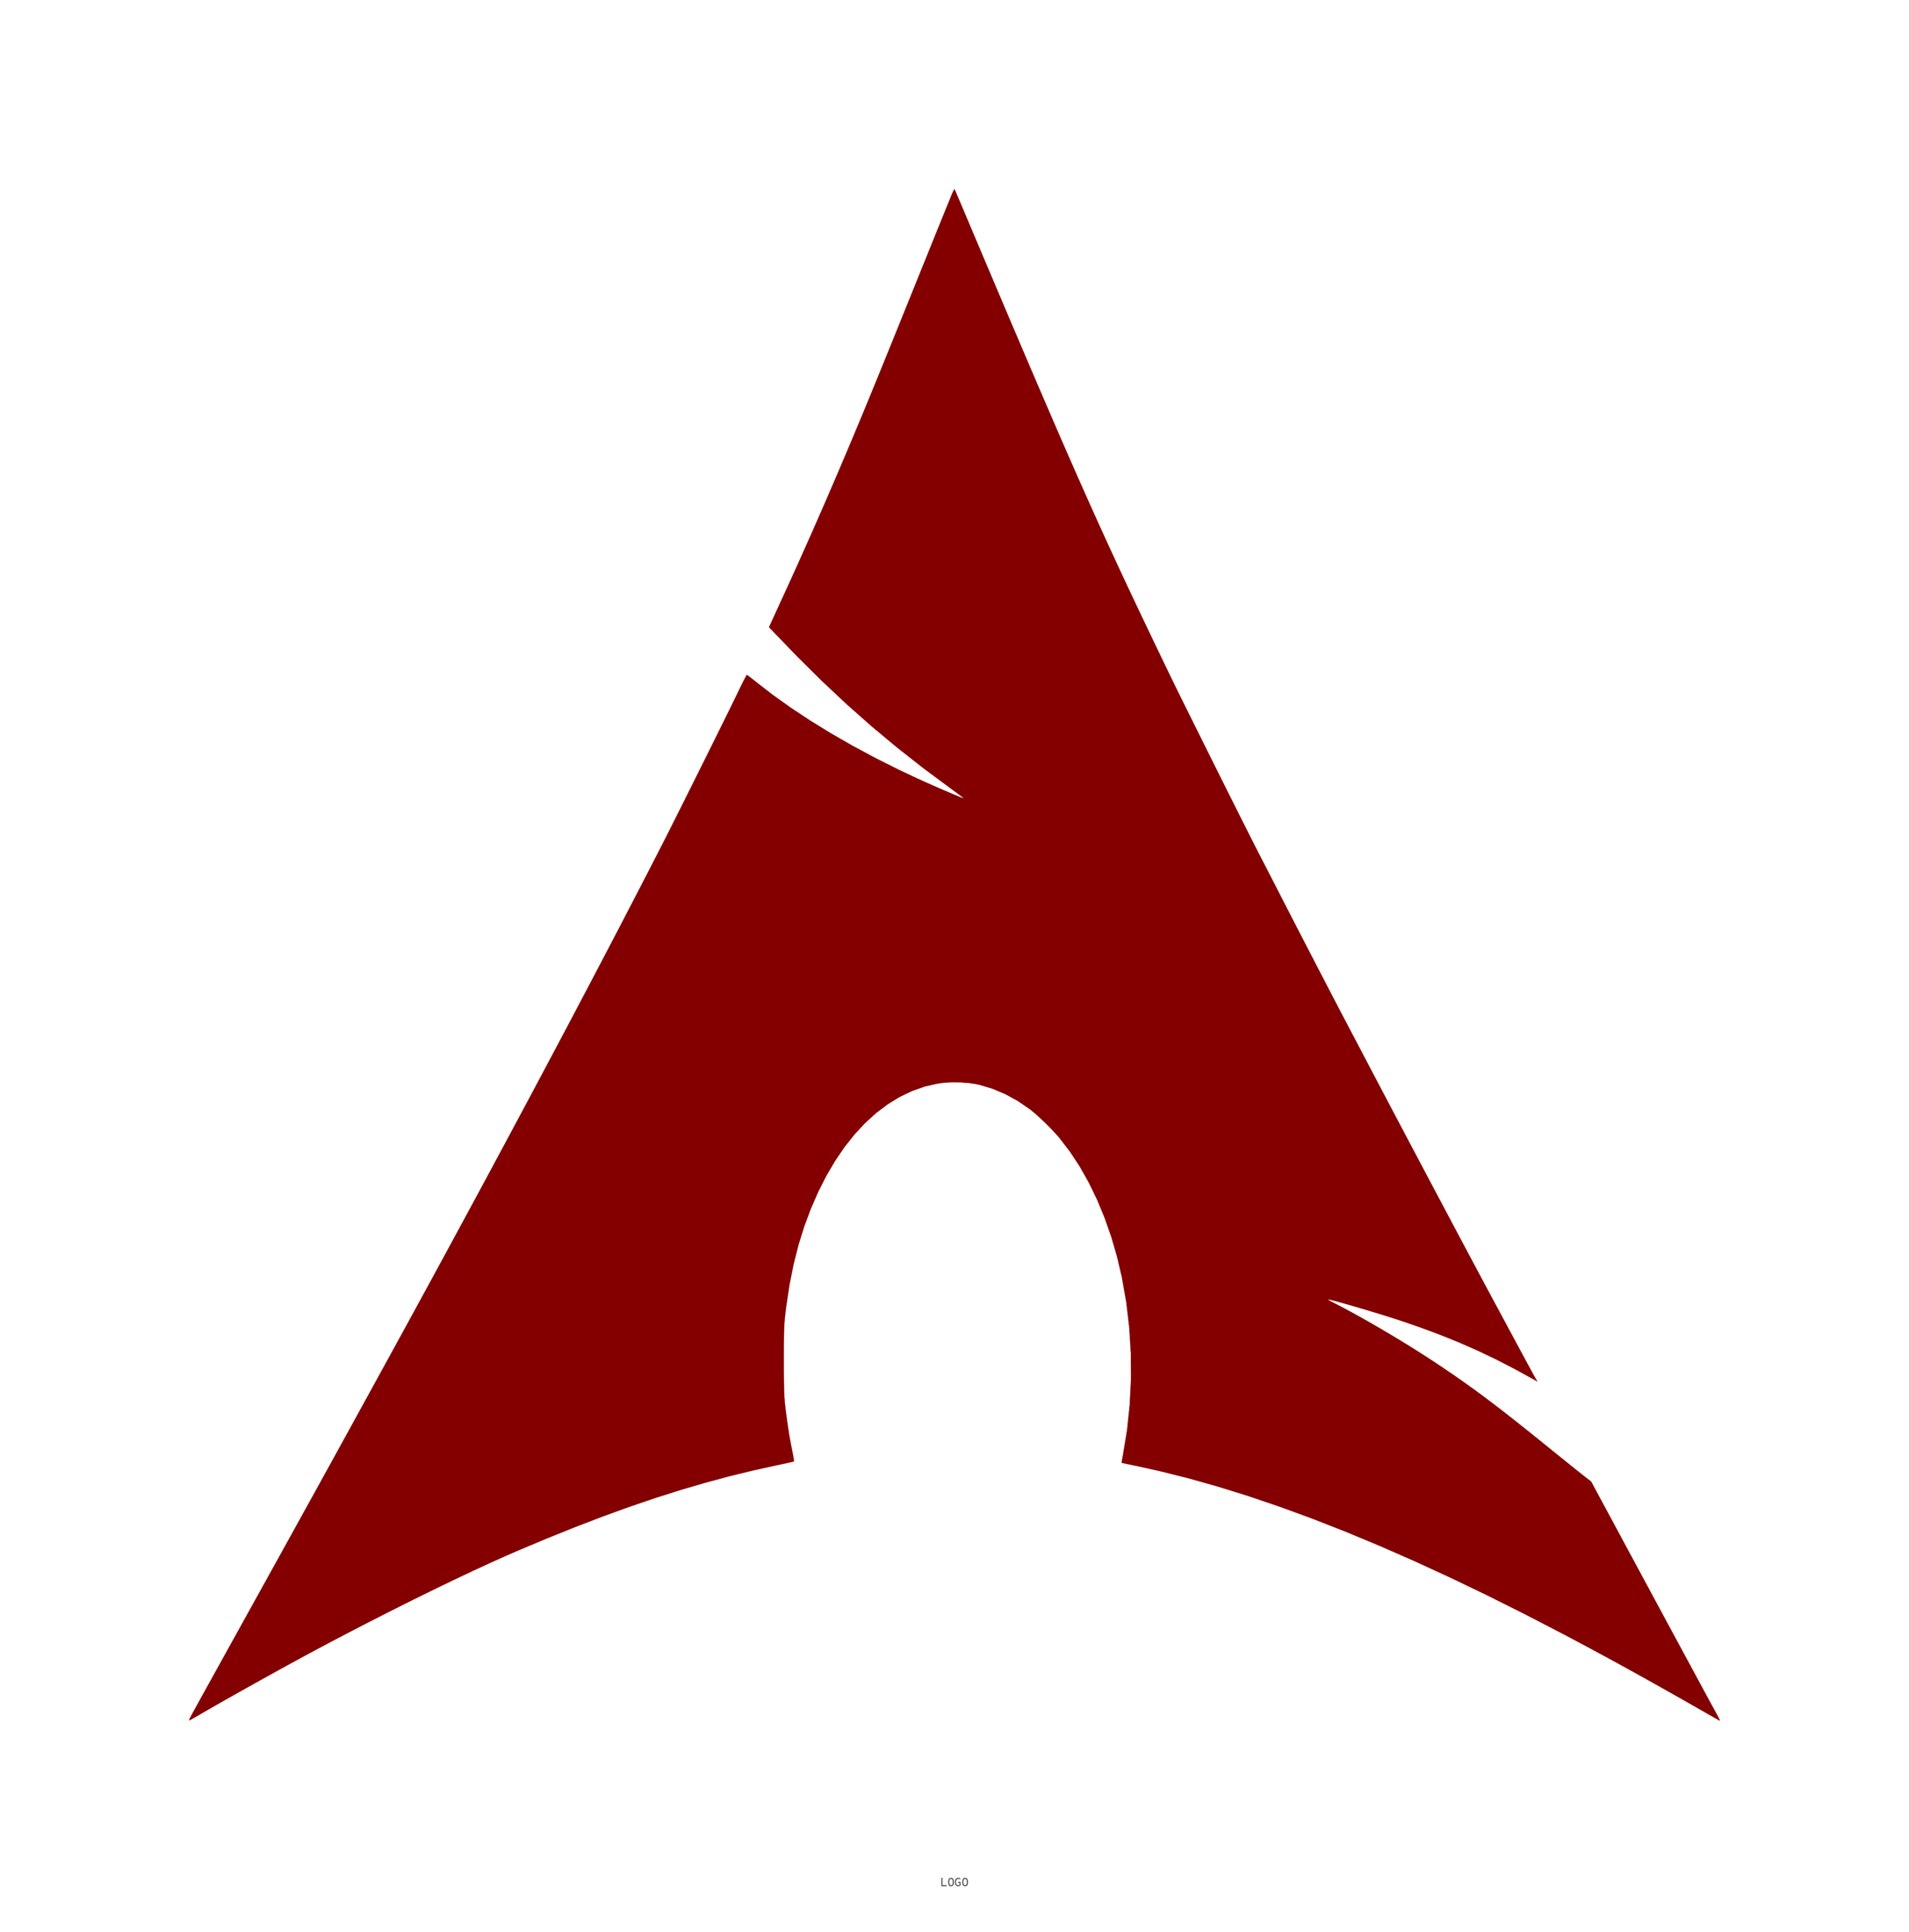
<source format=kicad_sym>
(kicad_symbol_lib
  (version 20220914)
  (generator "bitmap2component")
  (generator_version "9.0")
  (symbol "LOGO"
    (pin_names
      (offset 1.016))
    (property "Reference" "#G"
      (at 0 84.315 0)
      (effects (font (size 1.27 1.27)) hide))
    (symbol "LOGO_0_0"
      (polyline (pts (xy 84.827 -84.823) (xy 84.802 -84.751) (xy 84.735 -84.61) (xy 84.617 -84.385) (xy 84.441 -84.058) (xy 84.2 -83.615) (xy 83.885 -83.038) (xy 83.773 -82.833) (xy 83.49 -82.312) (xy 83.137 -81.659) (xy 82.719 -80.887) (xy 82.243 -80.008) (xy 81.716 -79.034) (xy 81.145 -77.977) (xy 80.535 -76.848) (xy 79.894 -75.661) (xy 79.227 -74.427) (xy 78.543 -73.159) (xy 77.846 -71.868) (xy 77.144 -70.567) (xy 76.443 -69.267) (xy 75.749 -67.982) (xy 75.07 -66.722) (xy 74.412 -65.5) (xy 73.781 -64.329) (xy 70.567 -58.362) (xy 69.879 -57.831) (xy 69.791 -57.762) (xy 69.519 -57.547) (xy 69.142 -57.247) (xy 68.677 -56.875) (xy 68.143 -56.446) (xy 67.558 -55.974) (xy 66.938 -55.474) (xy 66.303 -54.961) (xy 65.828 -54.576) (xy 64.52 -53.521) (xy 63.322 -52.561) (xy 62.221 -51.686) (xy 61.201 -50.884) (xy 60.249 -50.146) (xy 59.35 -49.46) (xy 58.49 -48.815) (xy 57.655 -48.202) (xy 56.83 -47.608) (xy 56.002 -47.024) (xy 55.154 -46.438) (xy 54.275 -45.84) (xy 53.349 -45.219) (xy 52.432 -44.617) (xy 51.151 -43.8) (xy 49.805 -42.964) (xy 48.422 -42.128) (xy 47.032 -41.308) (xy 45.662 -40.52) (xy 44.343 -39.783) (xy 43.102 -39.113) (xy 41.969 -38.527) (xy 41.874 -38.478) (xy 41.615 -38.338) (xy 41.442 -38.232) (xy 41.39 -38.18) (xy 41.391 -38.179) (xy 41.494 -38.186) (xy 41.742 -38.239) (xy 42.117 -38.333) (xy 42.602 -38.462) (xy 43.179 -38.623) (xy 43.831 -38.808) (xy 44.541 -39.014) (xy 45.293 -39.236) (xy 46.068 -39.469) (xy 46.849 -39.706) (xy 47.62 -39.944) (xy 48.363 -40.178) (xy 49.06 -40.402) (xy 49.696 -40.611) (xy 51.594 -41.266) (xy 53.812 -42.088) (xy 55.93 -42.943) (xy 57.986 -43.847) (xy 60.021 -44.818) (xy 62.071 -45.873) (xy 64.177 -47.029) (xy 64.599 -47.267) (xy 64.379 -46.889) (xy 64.297 -46.743) (xy 64.14 -46.457) (xy 63.91 -46.036) (xy 63.607 -45.477) (xy 63.229 -44.779) (xy 62.777 -43.941) (xy 62.249 -42.961) (xy 61.644 -41.838) (xy 60.961 -40.569) (xy 60.2 -39.154) (xy 59.359 -37.59) (xy 59.244 -37.376) (xy 58.729 -36.416) (xy 58.146 -35.325) (xy 57.501 -34.116) (xy 56.802 -32.806) (xy 56.058 -31.407) (xy 55.276 -29.937) (xy 54.464 -28.408) (xy 53.63 -26.837) (xy 52.781 -25.237) (xy 51.927 -23.625) (xy 51.074 -22.013) (xy 50.23 -20.419) (xy 49.404 -18.855) (xy 48.602 -17.338) (xy 47.834 -15.881) (xy 47.107 -14.5) (xy 46.428 -13.21) (xy 46.325 -13.015) (xy 45.878 -12.164) (xy 45.428 -11.307) (xy 44.987 -10.468) (xy 44.566 -9.668) (xy 44.178 -8.93) (xy 43.834 -8.275) (xy 43.545 -7.726) (xy 43.324 -7.306) (xy 43.105 -6.889) (xy 42.717 -6.147) (xy 42.267 -5.286) (xy 41.767 -4.326) (xy 41.226 -3.284) (xy 40.653 -2.182) (xy 40.059 -1.037) (xy 39.455 0.131) (xy 38.849 1.302) (xy 38.251 2.458) (xy 37.673 3.579) (xy 37.123 4.646) (xy 36.611 5.64) (xy 36.149 6.541) (xy 35.935 6.958) (xy 35.547 7.714) (xy 35.168 8.451) (xy 34.81 9.147) (xy 34.483 9.781) (xy 34.2 10.331) (xy 33.971 10.773) (xy 33.809 11.086) (xy 33.729 11.24) (xy 33.518 11.653) (xy 33.241 12.197) (xy 32.905 12.861) (xy 32.517 13.632) (xy 32.083 14.495) (xy 31.609 15.439) (xy 31.102 16.45) (xy 30.569 17.514) (xy 30.016 18.62) (xy 29.45 19.753) (xy 28.877 20.901) (xy 28.304 22.051) (xy 27.737 23.189) (xy 27.183 24.302) (xy 26.648 25.378) (xy 26.139 26.403) (xy 25.663 27.363) (xy 25.225 28.247) (xy 24.833 29.041) (xy 24.493 29.732) (xy 24.212 30.307) (xy 23.996 30.752) (xy 23.649 31.47) (xy 22.879 33.067) (xy 22.139 34.607) (xy 21.426 36.098) (xy 20.735 37.547) (xy 20.064 38.962) (xy 19.409 40.35) (xy 18.767 41.719) (xy 18.134 43.077) (xy 17.508 44.431) (xy 16.883 45.79) (xy 16.258 47.16) (xy 15.629 48.55) (xy 14.992 49.966) (xy 14.344 51.417) (xy 13.682 52.91) (xy 13.002 54.453) (xy 12.301 56.054) (xy 11.575 57.719) (xy 10.822 59.458) (xy 10.037 61.277) (xy 9.217 63.184) (xy 8.359 65.187) (xy 7.459 67.293) (xy 6.515 69.51) (xy 5.522 71.846) (xy 4.478 74.308) (xy 3.378 76.904) (xy 2.22 79.642) (xy 1 82.529) (xy 0.963 82.616) (xy 0.723 83.184) (xy 0.504 83.699) (xy 0.315 84.14) (xy 0.166 84.487) (xy 0.065 84.718) (xy 0.022 84.812) (xy 0.007 84.814) (xy -0.063 84.719) (xy -0.17 84.51) (xy -0.297 84.218) (xy -0.334 84.125) (xy -0.91 82.71) (xy -1.492 81.276) (xy -2.063 79.868) (xy -2.605 78.53) (xy -3.1 77.304) (xy -3.456 76.424) (xy -4.016 75.036) (xy -4.521 73.785) (xy -4.976 72.659) (xy -5.386 71.644) (xy -5.756 70.728) (xy -6.092 69.898) (xy -6.398 69.141) (xy -6.68 68.444) (xy -6.943 67.795) (xy -7.193 67.18) (xy -7.433 66.587) (xy -7.671 66.003) (xy -7.91 65.415) (xy -8.156 64.811) (xy -8.414 64.177) (xy -8.69 63.5) (xy -9.863 60.643) (xy -11.36 57.054) (xy -12.87 53.491) (xy -14.383 49.982) (xy -15.887 46.555) (xy -17.369 43.236) (xy -18.817 40.054) (xy -19.005 39.646) (xy -19.299 39.007) (xy -19.574 38.407) (xy -19.821 37.869) (xy -20.028 37.416) (xy -20.186 37.071) (xy -20.283 36.857) (xy -20.538 36.294) (xy -18.445 34.12) (xy -17.4 33.044) (xy -14.679 30.343) (xy -11.944 27.776) (xy -9.168 25.319) (xy -6.322 22.948) (xy -3.379 20.637) (xy -0.309 18.362) (xy -0.168 18.26) (xy 0.237 17.964) (xy 0.579 17.708) (xy 0.838 17.507) (xy 0.995 17.377) (xy 1.033 17.33) (xy 0.933 17.36) (xy 0.695 17.45) (xy 0.342 17.594) (xy -0.107 17.781) (xy -0.63 18.003) (xy -1.208 18.251) (xy -1.821 18.517) (xy -2.447 18.791) (xy -3.066 19.066) (xy -3.659 19.332) (xy -4.205 19.581) (xy -6.155 20.501) (xy -8.751 21.802) (xy -11.26 23.148) (xy -13.669 24.531) (xy -15.963 25.943) (xy -18.129 27.375) (xy -20.153 28.82) (xy -22.022 30.268) (xy -22.125 30.351) (xy -22.449 30.608) (xy -22.721 30.816) (xy -22.912 30.955) (xy -22.998 31.005) (xy -23.02 30.981) (xy -23.11 30.83) (xy -23.255 30.559) (xy -23.443 30.19) (xy -23.665 29.744) (xy -23.908 29.242) (xy -24.112 28.819) (xy -24.4 28.228) (xy -24.749 27.516) (xy -25.152 26.697) (xy -25.601 25.787) (xy -26.088 24.802) (xy -26.605 23.757) (xy -27.145 22.669) (xy -27.7 21.551) (xy -28.262 20.421) (xy -28.823 19.293) (xy -29.377 18.184) (xy -29.914 17.108) (xy -30.427 16.081) (xy -30.909 15.12) (xy -31.352 14.239) (xy -31.748 13.453) (xy -32.089 12.78) (xy -32.367 12.233) (xy -33.353 10.312) (xy -35.11 6.907) (xy -36.946 3.371) (xy -38.856 -0.286) (xy -40.836 -4.054) (xy -42.879 -7.925) (xy -44.981 -11.889) (xy -47.137 -15.935) (xy -49.342 -20.055) (xy -51.59 -24.24) (xy -53.877 -28.478) (xy -56.197 -32.762) (xy -58.546 -37.081) (xy -60.918 -41.426) (xy -63.308 -45.788) (xy -63.391 -45.939) (xy -64.264 -47.53) (xy -65.085 -49.023) (xy -65.858 -50.431) (xy -66.592 -51.766) (xy -67.293 -53.041) (xy -67.967 -54.267) (xy -68.622 -55.457) (xy -69.264 -56.623) (xy -69.901 -57.778) (xy -70.538 -58.933) (xy -71.183 -60.102) (xy -71.843 -61.297) (xy -72.524 -62.529) (xy -73.233 -63.811) (xy -73.977 -65.156) (xy -74.763 -66.575) (xy -75.597 -68.081) (xy -76.486 -69.687) (xy -77.438 -71.404) (xy -78.458 -73.246) (xy -79.554 -75.223) (xy -79.584 -75.277) (xy -80.196 -76.381) (xy -80.79 -77.454) (xy -81.362 -78.485) (xy -81.904 -79.464) (xy -82.411 -80.381) (xy -82.877 -81.223) (xy -83.296 -81.981) (xy -83.662 -82.644) (xy -83.97 -83.201) (xy -84.213 -83.642) (xy -84.386 -83.955) (xy -84.482 -84.131) (xy -84.654 -84.454) (xy -84.761 -84.671) (xy -84.797 -84.783) (xy -84.77 -84.811) (xy -84.686 -84.777) (xy -84.593 -84.725) (xy -84.362 -84.594) (xy -84.035 -84.407) (xy -83.641 -84.179) (xy -83.208 -83.928) (xy -83.188 -83.916) (xy -82.438 -83.483) (xy -81.563 -82.983) (xy -80.587 -82.429) (xy -79.533 -81.835) (xy -78.426 -81.214) (xy -77.289 -80.58) (xy -76.147 -79.945) (xy -75.022 -79.323) (xy -73.939 -78.727) (xy -72.922 -78.171) (xy -71.995 -77.668) (xy -71.109 -77.191) (xy -69.091 -76.117) (xy -67.043 -75.043) (xy -64.981 -73.977) (xy -62.921 -72.927) (xy -60.879 -71.9) (xy -58.871 -70.905) (xy -56.913 -69.949) (xy -55.022 -69.04) (xy -53.212 -68.187) (xy -51.5 -67.397) (xy -49.903 -66.678) (xy -48.435 -66.037) (xy -48.411 -66.027) (xy -45.159 -64.661) (xy -42.025 -63.4) (xy -38.994 -62.238) (xy -36.055 -61.171) (xy -33.194 -60.196) (xy -30.397 -59.308) (xy -27.652 -58.502) (xy -24.946 -57.773) (xy -22.265 -57.119) (xy -19.596 -56.534) (xy -19.413 -56.496) (xy -18.904 -56.388) (xy -18.462 -56.292) (xy -18.111 -56.212) (xy -17.877 -56.154) (xy -17.784 -56.125) (xy -17.782 -56.122) (xy -17.785 -56.011) (xy -17.819 -55.77) (xy -17.877 -55.433) (xy -17.955 -55.033) (xy -18.145 -54.068) (xy -18.35 -52.895) (xy -18.533 -51.687) (xy -18.704 -50.375) (xy -18.708 -50.345) (xy -18.754 -49.95) (xy -18.792 -49.581) (xy -18.822 -49.218) (xy -18.846 -48.838) (xy -18.865 -48.419) (xy -18.878 -47.94) (xy -18.887 -47.379) (xy -18.893 -46.713) (xy -18.897 -45.921) (xy -18.898 -44.981) (xy -18.898 -44.822) (xy -18.898 -43.909) (xy -18.896 -43.14) (xy -18.891 -42.493) (xy -18.882 -41.947) (xy -18.869 -41.478) (xy -18.85 -41.066) (xy -18.826 -40.687) (xy -18.794 -40.32) (xy -18.756 -39.943) (xy -18.709 -39.534) (xy -18.647 -39.034) (xy -18.286 -36.63) (xy -17.83 -34.333) (xy -17.283 -32.157) (xy -16.646 -30.114) (xy -15.915 -28.154) (xy -15.081 -26.241) (xy -14.173 -24.453) (xy -13.195 -22.793) (xy -12.152 -21.265) (xy -11.045 -19.873) (xy -9.879 -18.621) (xy -8.656 -17.513) (xy -7.382 -16.552) (xy -6.059 -15.742) (xy -4.691 -15.087) (xy -3.282 -14.591) (xy -1.834 -14.257) (xy -1.125 -14.167) (xy -0.203 -14.12) (xy 0.752 -14.133) (xy 1.677 -14.208) (xy 2.507 -14.341) (xy 2.822 -14.413) (xy 4.251 -14.842) (xy 5.656 -15.436) (xy 7.03 -16.192) (xy 8.367 -17.107) (xy 8.505 -17.213) (xy 8.982 -17.611) (xy 9.52 -18.096) (xy 10.085 -18.634) (xy 10.642 -19.191) (xy 11.157 -19.734) (xy 11.593 -20.228) (xy 11.656 -20.303) (xy 12.812 -21.807) (xy 13.895 -23.454) (xy 14.9 -25.233) (xy 15.82 -27.131) (xy 16.651 -29.137) (xy 17.388 -31.238) (xy 18.024 -33.423) (xy 18.555 -35.679) (xy 18.569 -35.745) (xy 19.055 -38.503) (xy 19.384 -41.31) (xy 19.558 -44.146) (xy 19.575 -46.993) (xy 19.436 -49.832) (xy 19.141 -52.644) (xy 18.688 -55.411) (xy 18.639 -55.674) (xy 18.583 -55.984) (xy 18.549 -56.198) (xy 18.542 -56.281) (xy 18.552 -56.283) (xy 18.683 -56.313) (xy 18.949 -56.37) (xy 19.324 -56.45) (xy 19.784 -56.546) (xy 20.303 -56.654) (xy 22.717 -57.188) (xy 25.922 -57.989) (xy 29.218 -58.918) (xy 32.608 -59.974) (xy 36.093 -61.158) (xy 39.674 -62.47) (xy 43.352 -63.91) (xy 47.128 -65.48) (xy 51.004 -67.18) (xy 54.982 -69.01) (xy 59.062 -70.971) (xy 63.246 -73.064) (xy 67.535 -75.288) (xy 68.748 -75.93) (xy 70.615 -76.927) (xy 72.469 -77.929) (xy 74.335 -78.949) (xy 76.239 -80.002) (xy 78.207 -81.103) (xy 80.267 -82.265) (xy 82.444 -83.504) (xy 82.468 -83.518) (xy 83.01 -83.827) (xy 83.512 -84.113) (xy 83.951 -84.362) (xy 84.306 -84.563) (xy 84.556 -84.704) (xy 84.68 -84.773) (xy 84.715 -84.792) (xy 84.775 -84.828) (xy 84.815 -84.843) (xy 84.827 -84.823)) (stroke (width 0.01) (type default)) (fill (type outline))))))
</source>
